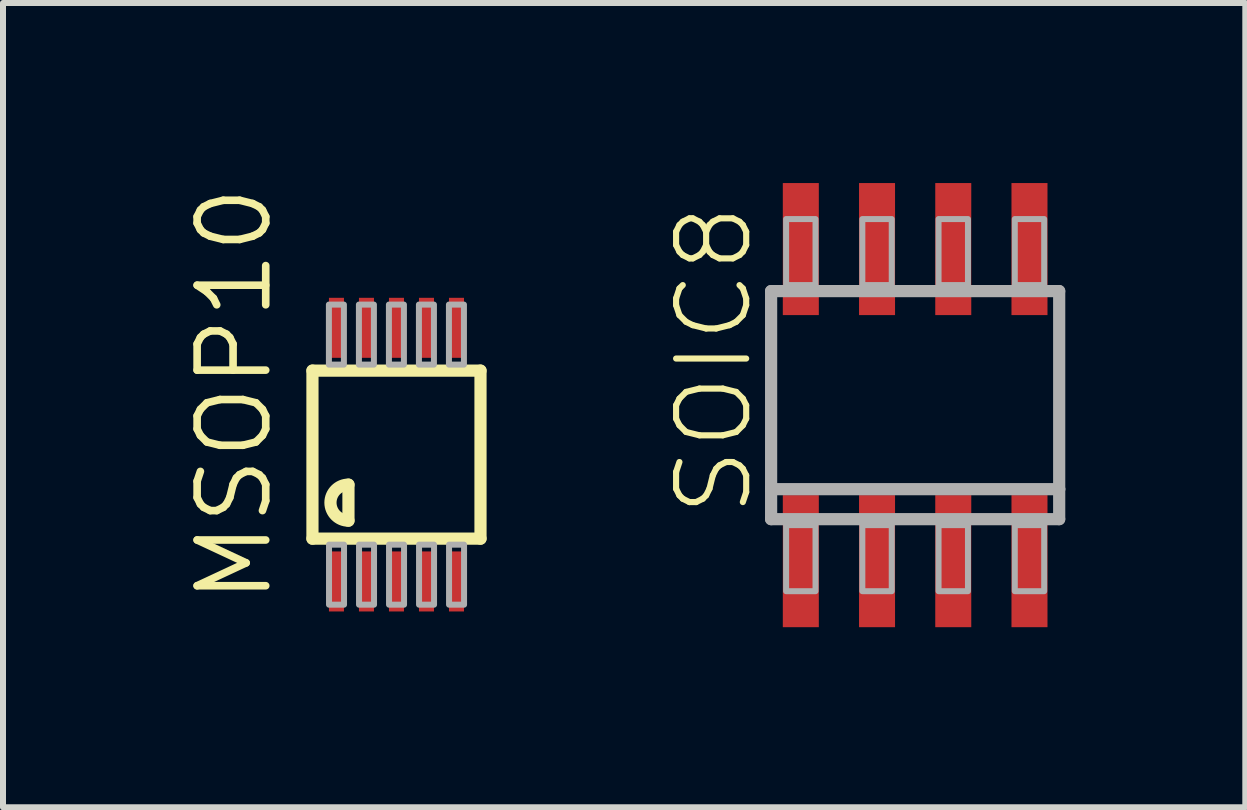
<source format=kicad_pcb>
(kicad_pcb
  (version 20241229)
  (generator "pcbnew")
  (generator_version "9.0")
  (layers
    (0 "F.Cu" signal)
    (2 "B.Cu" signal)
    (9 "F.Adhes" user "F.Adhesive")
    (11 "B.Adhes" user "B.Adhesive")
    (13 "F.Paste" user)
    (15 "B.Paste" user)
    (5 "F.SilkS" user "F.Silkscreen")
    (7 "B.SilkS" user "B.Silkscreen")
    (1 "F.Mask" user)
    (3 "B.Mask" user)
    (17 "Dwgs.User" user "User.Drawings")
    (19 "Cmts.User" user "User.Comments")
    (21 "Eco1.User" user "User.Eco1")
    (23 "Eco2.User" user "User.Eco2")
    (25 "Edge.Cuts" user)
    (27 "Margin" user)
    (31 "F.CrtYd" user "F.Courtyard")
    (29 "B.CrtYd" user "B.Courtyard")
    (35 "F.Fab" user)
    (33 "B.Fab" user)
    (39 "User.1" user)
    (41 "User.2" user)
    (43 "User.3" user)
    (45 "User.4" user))
  (footprint "MSOP10"
    (layer "F.Cu")
    (at 3.556 4.525)
    (property "Reference" "MSOP10" (at -2.032 2.54 90) (layer "F.SilkS") (effects (font (size 1.143 1.143) (thickness 0.127)) (justify left bottom)))
    (fp_line (start -1.4 -1.4) (end 1.4 -1.4) (stroke (width 0.203) (type solid)) (layer "F.SilkS"))
    (fp_line (start -1.4 1.4) (end -1.4 -1.4) (stroke (width 0.203) (type solid)) (layer "F.SilkS"))
    (fp_line (start -0.8 0.5) (end -0.8 1.1) (stroke (width 0.203) (type solid)) (layer "F.SilkS"))
    (fp_line (start 1.4 -1.4) (end 1.4 1.4) (stroke (width 0.203) (type solid)) (layer "F.SilkS"))
    (fp_line (start 1.4 1.4) (end -1.4 1.4) (stroke (width 0.203) (type solid)) (layer "F.SilkS"))
    (fp_arc (start -0.8 1.1) (mid -1.1 0.8) (end -0.8 0.5) (stroke (width 0.2032) (type solid)) (layer "F.SilkS"))
    (fp_poly (pts (xy -1.124 2.5) (xy -0.874 2.5) (xy -0.874 1.5) (xy -1.124 1.5)) (stroke (width 0.1) (type solid)) (fill no) (layer "F.Fab"))
    (fp_poly (pts (xy -0.876 -2.5) (xy -1.126 -2.5) (xy -1.126 -1.5) (xy -0.876 -1.5)) (stroke (width 0.1) (type solid)) (fill no) (layer "F.Fab"))
    (fp_poly (pts (xy -0.624 2.5) (xy -0.374 2.5) (xy -0.374 1.5) (xy -0.624 1.5)) (stroke (width 0.1) (type solid)) (fill no) (layer "F.Fab"))
    (fp_poly (pts (xy -0.376 -2.5) (xy -0.626 -2.5) (xy -0.626 -1.5) (xy -0.376 -1.5)) (stroke (width 0.1) (type solid)) (fill no) (layer "F.Fab"))
    (fp_poly (pts (xy -0.124 2.5) (xy 0.126 2.5) (xy 0.126 1.5) (xy -0.124 1.5)) (stroke (width 0.1) (type solid)) (fill no) (layer "F.Fab"))
    (fp_poly (pts (xy 0.124 -2.5) (xy -0.126 -2.5) (xy -0.126 -1.5) (xy 0.124 -1.5)) (stroke (width 0.1) (type solid)) (fill no) (layer "F.Fab"))
    (fp_poly (pts (xy 0.376 2.5) (xy 0.626 2.5) (xy 0.626 1.5) (xy 0.376 1.5)) (stroke (width 0.1) (type solid)) (fill no) (layer "F.Fab"))
    (fp_poly (pts (xy 0.624 -2.5) (xy 0.374 -2.5) (xy 0.374 -1.5) (xy 0.624 -1.5)) (stroke (width 0.1) (type solid)) (fill no) (layer "F.Fab"))
    (fp_poly (pts (xy 0.876 2.5) (xy 1.126 2.5) (xy 1.126 1.5) (xy 0.876 1.5)) (stroke (width 0.1) (type solid)) (fill no) (layer "F.Fab"))
    (fp_poly (pts (xy 1.124 -2.5) (xy 0.874 -2.5) (xy 0.874 -1.5) (xy 1.124 -1.5)) (stroke (width 0.1) (type solid)) (fill no) (layer "F.Fab"))
    (pad "1" smd rect (at -1 2.113) (size 0.25 1) (layers "F.Cu" "F.Mask" "F.Paste"))
    (pad "2" smd rect (at -0.5 2.113) (size 0.25 1) (layers "F.Cu" "F.Mask" "F.Paste"))
    (pad "3" smd rect (at 0 2.113) (size 0.25 1) (layers "F.Cu" "F.Mask" "F.Paste"))
    (pad "4" smd rect (at 0.5 2.113) (size 0.25 1) (layers "F.Cu" "F.Mask" "F.Paste"))
    (pad "5" smd rect (at 1 2.113) (size 0.25 1) (layers "F.Cu" "F.Mask" "F.Paste"))
    (pad "6" smd rect (at 1 -2.113 180) (size 0.25 1) (layers "F.Cu" "F.Mask" "F.Paste"))
    (pad "7" smd rect (at 0.5 -2.113 180) (size 0.25 1) (layers "F.Cu" "F.Mask" "F.Paste"))
    (pad "8" smd rect (at 0 -2.113 180) (size 0.25 1) (layers "F.Cu" "F.Mask" "F.Paste"))
    (pad "9" smd rect (at -0.5 -2.113 180) (size 0.25 1) (layers "F.Cu" "F.Mask" "F.Paste"))
    (pad "10" smd rect (at -1 -2.113 180) (size 0.25 1) (layers "F.Cu" "F.Mask" "F.Paste")))
  (footprint "SOIC8"
    (layer "F.Cu")
    (at 12.198 3.7)
    (property "Reference" "SOIC8" (at -2.667 1.905 90) (layer "F.SilkS") (effects (font (size 1.168 1.168) (thickness 0.102)) (justify left bottom)))
    (fp_line (start -2.4 -1.9) (end 2.4 -1.9) (stroke (width 0.203) (type solid)) (layer "F.Fab"))
    (fp_line (start -2.4 1.4) (end -2.4 -1.9) (stroke (width 0.203) (type solid)) (layer "F.Fab"))
    (fp_line (start -2.4 1.9) (end -2.4 1.4) (stroke (width 0.203) (type solid)) (layer "F.Fab"))
    (fp_line (start 2.4 -1.9) (end 2.4 1.4) (stroke (width 0.203) (type solid)) (layer "F.Fab"))
    (fp_line (start 2.4 1.4) (end -2.4 1.4) (stroke (width 0.203) (type solid)) (layer "F.Fab"))
    (fp_line (start 2.4 1.4) (end 2.4 1.9) (stroke (width 0.203) (type solid)) (layer "F.Fab"))
    (fp_line (start 2.4 1.9) (end -2.4 1.9) (stroke (width 0.203) (type solid)) (layer "F.Fab"))
    (fp_poly (pts (xy -2.15 -2) (xy -1.66 -2) (xy -1.66 -3.1) (xy -2.15 -3.1)) (stroke (width 0.1) (type solid)) (fill no) (layer "F.Fab"))
    (fp_poly (pts (xy -2.15 3.1) (xy -1.66 3.1) (xy -1.66 2) (xy -2.15 2)) (stroke (width 0.1) (type solid)) (fill no) (layer "F.Fab"))
    (fp_poly (pts (xy -0.88 -2) (xy -0.39 -2) (xy -0.39 -3.1) (xy -0.88 -3.1)) (stroke (width 0.1) (type solid)) (fill no) (layer "F.Fab"))
    (fp_poly (pts (xy -0.88 3.1) (xy -0.39 3.1) (xy -0.39 2) (xy -0.88 2)) (stroke (width 0.1) (type solid)) (fill no) (layer "F.Fab"))
    (fp_poly (pts (xy 0.39 -2) (xy 0.88 -2) (xy 0.88 -3.1) (xy 0.39 -3.1)) (stroke (width 0.1) (type solid)) (fill no) (layer "F.Fab"))
    (fp_poly (pts (xy 0.39 3.1) (xy 0.88 3.1) (xy 0.88 2) (xy 0.39 2)) (stroke (width 0.1) (type solid)) (fill no) (layer "F.Fab"))
    (fp_poly (pts (xy 1.66 -2) (xy 2.15 -2) (xy 2.15 -3.1) (xy 1.66 -3.1)) (stroke (width 0.1) (type solid)) (fill no) (layer "F.Fab"))
    (fp_poly (pts (xy 1.66 3.1) (xy 2.15 3.1) (xy 2.15 2) (xy 1.66 2)) (stroke (width 0.1) (type solid)) (fill no) (layer "F.Fab"))
    (pad "1" smd rect (at -1.905 2.6) (size 0.6 2.2) (layers "F.Cu" "F.Mask" "F.Paste"))
    (pad "2" smd rect (at -0.635 2.6) (size 0.6 2.2) (layers "F.Cu" "F.Mask" "F.Paste"))
    (pad "3" smd rect (at 0.635 2.6) (size 0.6 2.2) (layers "F.Cu" "F.Mask" "F.Paste"))
    (pad "4" smd rect (at 1.905 2.6) (size 0.6 2.2) (layers "F.Cu" "F.Mask" "F.Paste"))
    (pad "5" smd rect (at 1.905 -2.6) (size 0.6 2.2) (layers "F.Cu" "F.Mask" "F.Paste"))
    (pad "6" smd rect (at 0.635 -2.6) (size 0.6 2.2) (layers "F.Cu" "F.Mask" "F.Paste"))
    (pad "7" smd rect (at -0.635 -2.6) (size 0.6 2.2) (layers "F.Cu" "F.Mask" "F.Paste"))
    (pad "8" smd rect (at -1.905 -2.6) (size 0.6 2.2) (layers "F.Cu" "F.Mask" "F.Paste")))
  (gr_rect
    (start -3 -3)
    (end 17.699 10.4)
    (stroke (width 0.1) (type default))
    (fill no)
    (layer "Edge.Cuts")))
</source>
